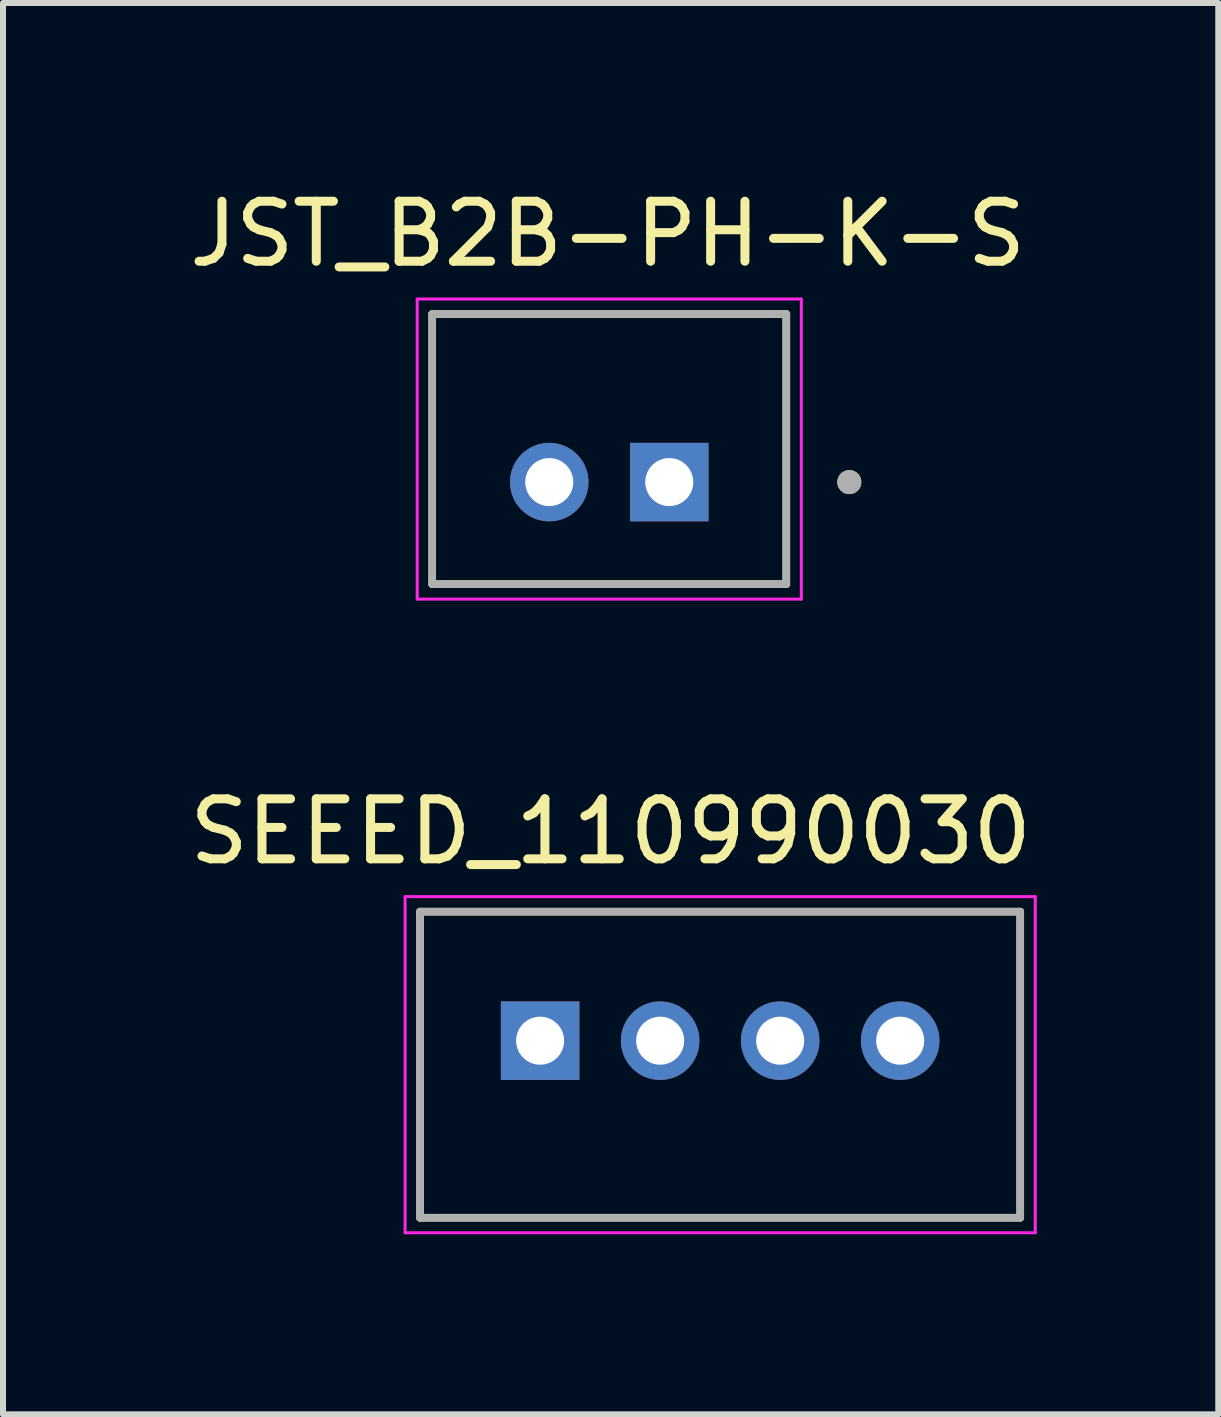
<source format=kicad_pcb>
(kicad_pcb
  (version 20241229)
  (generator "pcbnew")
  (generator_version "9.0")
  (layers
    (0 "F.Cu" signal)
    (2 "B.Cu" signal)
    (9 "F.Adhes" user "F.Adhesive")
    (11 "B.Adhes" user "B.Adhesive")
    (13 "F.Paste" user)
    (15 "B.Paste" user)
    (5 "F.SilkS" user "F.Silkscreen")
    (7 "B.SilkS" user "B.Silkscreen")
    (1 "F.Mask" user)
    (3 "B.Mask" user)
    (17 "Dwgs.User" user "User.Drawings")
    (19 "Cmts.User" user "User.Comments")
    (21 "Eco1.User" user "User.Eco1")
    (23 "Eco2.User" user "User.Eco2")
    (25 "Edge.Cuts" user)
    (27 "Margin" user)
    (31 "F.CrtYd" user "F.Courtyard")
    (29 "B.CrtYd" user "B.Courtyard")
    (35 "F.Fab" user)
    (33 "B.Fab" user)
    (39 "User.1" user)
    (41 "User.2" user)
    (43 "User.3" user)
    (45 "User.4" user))
  (footprint "SEEED_110990030"
    (layer "F.Cu")
    (at 8.95 14.291)
    (property "Reference" "SEEED_110990030" (at -1.825 -3.485 0) (layer "F.SilkS") (effects (font (size 1 1) (thickness 0.15))))
    (attr through_hole)
    (fp_line (start -5 -2.15) (end 5 -2.15) (stroke (width 0.127) (type solid)) (layer "F.SilkS"))
    (fp_line (start -5 2.95) (end -5 -2.15) (stroke (width 0.127) (type solid)) (layer "F.SilkS"))
    (fp_line (start 5 -2.15) (end 5 2.95) (stroke (width 0.127) (type solid)) (layer "F.SilkS"))
    (fp_line (start 5 2.95) (end -5 2.95) (stroke (width 0.127) (type solid)) (layer "F.SilkS"))
    (fp_line (start -5.25 -2.4) (end 5.25 -2.4) (stroke (width 0.05) (type solid)) (layer "F.CrtYd"))
    (fp_line (start -5.25 3.2) (end -5.25 -2.4) (stroke (width 0.05) (type solid)) (layer "F.CrtYd"))
    (fp_line (start 5.25 -2.4) (end 5.25 3.2) (stroke (width 0.05) (type solid)) (layer "F.CrtYd"))
    (fp_line (start 5.25 3.2) (end -5.25 3.2) (stroke (width 0.05) (type solid)) (layer "F.CrtYd"))
    (fp_line (start -5 -2.15) (end 5 -2.15) (stroke (width 0.127) (type solid)) (layer "F.Fab"))
    (fp_line (start -5 2.95) (end -5 -2.15) (stroke (width 0.127) (type solid)) (layer "F.Fab"))
    (fp_line (start 5 -2.15) (end 5 2.95) (stroke (width 0.127) (type solid)) (layer "F.Fab"))
    (fp_line (start 5 2.95) (end -5 2.95) (stroke (width 0.127) (type solid)) (layer "F.Fab"))
    (pad "1" thru_hole rect (at -3 0) (size 1.308 1.308) (drill 0.8) (layers "*.Cu" "*.Mask"))
    (pad "2" thru_hole circle (at -1 0) (size 1.308 1.308) (drill 0.8) (layers "*.Cu" "*.Mask"))
    (pad "3" thru_hole circle (at 1 0) (size 1.308 1.308) (drill 0.8) (layers "*.Cu" "*.Mask"))
    (pad "4" thru_hole circle (at 3 0) (size 1.308 1.308) (drill 0.8) (layers "*.Cu" "*.Mask")))
  (footprint "JST_B2B-PH-K-S"
    (layer "F.Cu")
    (at 7.102 4.433)
    (property "Reference" "JST_B2B-PH-K-S" (at -0.025 -3.585 0) (layer "F.SilkS") (effects (font (size 1 1) (thickness 0.15))))
    (attr through_hole)
    (fp_line (start -2.95 -2.25) (end 2.95 -2.25) (stroke (width 0.127) (type solid)) (layer "F.SilkS"))
    (fp_line (start -2.95 2.25) (end -2.95 -2.25) (stroke (width 0.127) (type solid)) (layer "F.SilkS"))
    (fp_line (start 2.95 -2.25) (end 2.95 2.25) (stroke (width 0.127) (type solid)) (layer "F.SilkS"))
    (fp_line (start 2.95 2.25) (end -2.95 2.25) (stroke (width 0.127) (type solid)) (layer "F.SilkS"))
    (fp_circle (center 4 0.55) (end 4.1 0.55) (stroke (width 0.2) (type solid)) (fill no) (layer "F.SilkS"))
    (fp_line (start -3.2 -2.5) (end 3.2 -2.5) (stroke (width 0.05) (type solid)) (layer "F.CrtYd"))
    (fp_line (start -3.2 2.5) (end -3.2 -2.5) (stroke (width 0.05) (type solid)) (layer "F.CrtYd"))
    (fp_line (start 3.2 -2.5) (end 3.2 2.5) (stroke (width 0.05) (type solid)) (layer "F.CrtYd"))
    (fp_line (start 3.2 2.5) (end -3.2 2.5) (stroke (width 0.05) (type solid)) (layer "F.CrtYd"))
    (fp_line (start -2.95 -2.25) (end 2.95 -2.25) (stroke (width 0.127) (type solid)) (layer "F.Fab"))
    (fp_line (start -2.95 2.25) (end -2.95 -2.25) (stroke (width 0.127) (type solid)) (layer "F.Fab"))
    (fp_line (start 2.95 -2.25) (end 2.95 2.25) (stroke (width 0.127) (type solid)) (layer "F.Fab"))
    (fp_line (start 2.95 2.25) (end -2.95 2.25) (stroke (width 0.127) (type solid)) (layer "F.Fab"))
    (fp_circle (center 4 0.55) (end 4.1 0.55) (stroke (width 0.2) (type solid)) (fill no) (layer "F.Fab"))
    (pad "1" thru_hole rect (at 1 0.55) (size 1.308 1.308) (drill 0.8) (layers "*.Cu" "*.Mask"))
    (pad "2" thru_hole circle (at -1 0.55) (size 1.308 1.308) (drill 0.8) (layers "*.Cu" "*.Mask")))
  (gr_rect
    (start -3 -3)
    (end 17.25 20.517)
    (stroke (width 0.1) (type default))
    (fill no)
    (layer "Edge.Cuts")))
</source>
